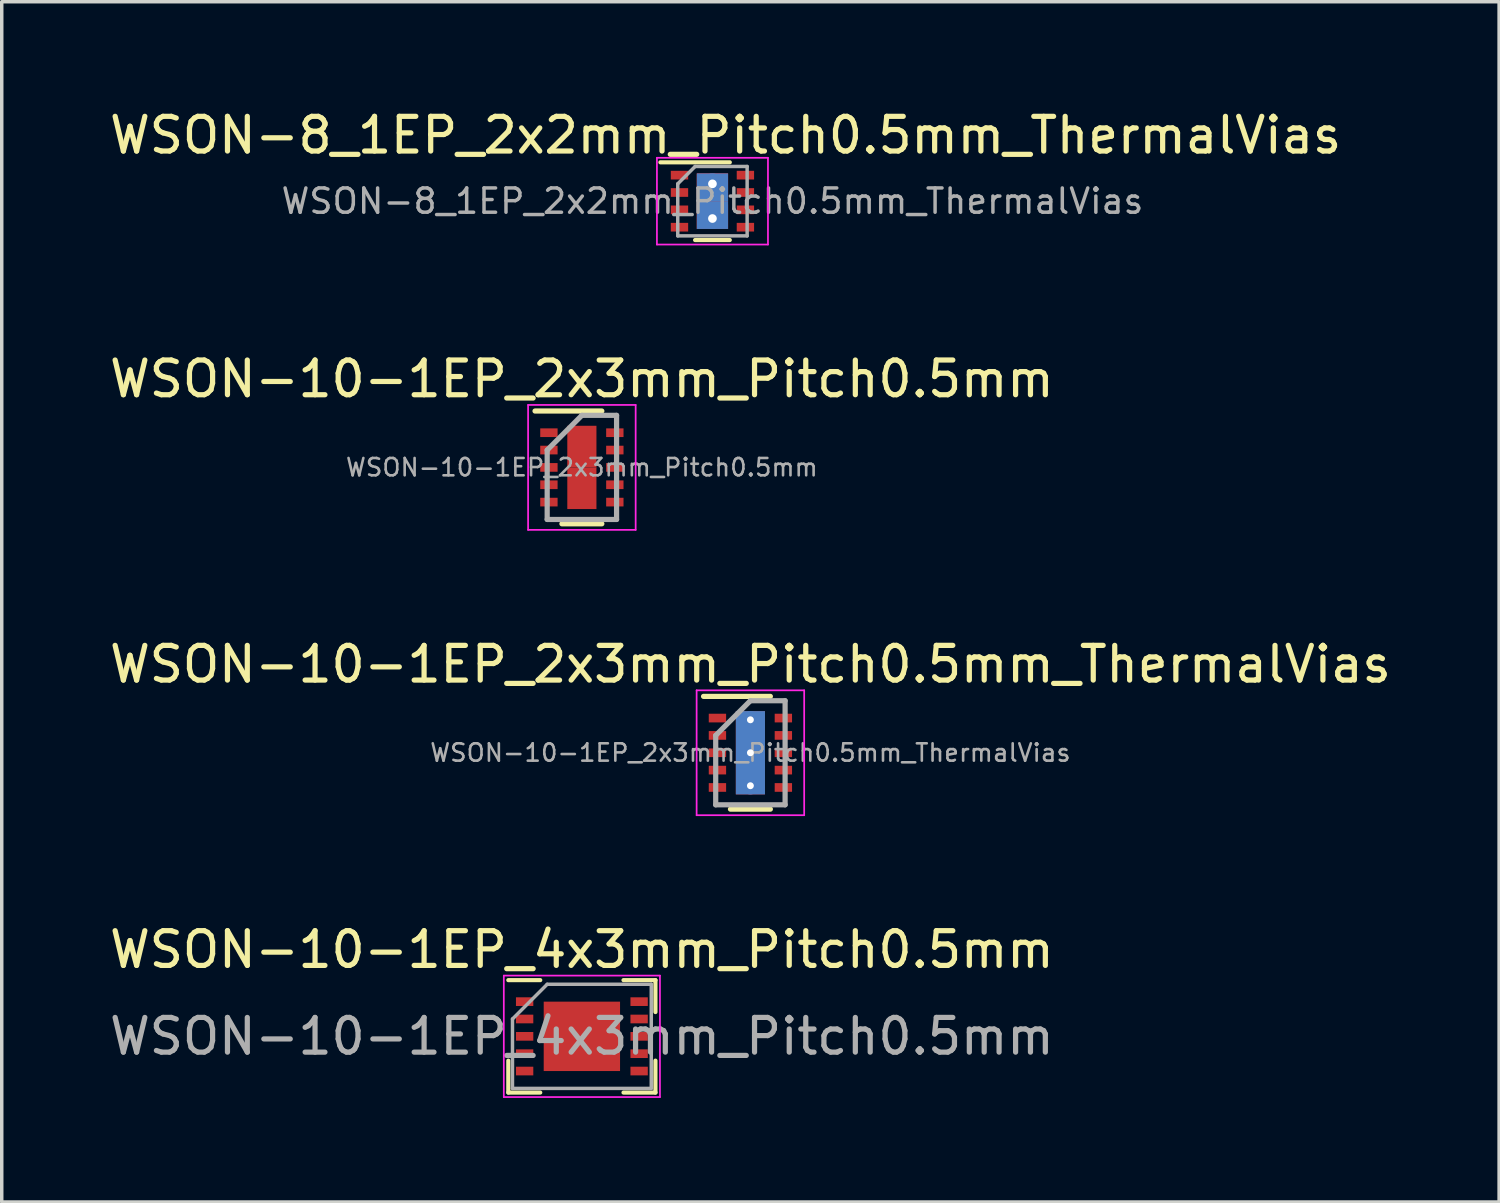
<source format=kicad_pcb>
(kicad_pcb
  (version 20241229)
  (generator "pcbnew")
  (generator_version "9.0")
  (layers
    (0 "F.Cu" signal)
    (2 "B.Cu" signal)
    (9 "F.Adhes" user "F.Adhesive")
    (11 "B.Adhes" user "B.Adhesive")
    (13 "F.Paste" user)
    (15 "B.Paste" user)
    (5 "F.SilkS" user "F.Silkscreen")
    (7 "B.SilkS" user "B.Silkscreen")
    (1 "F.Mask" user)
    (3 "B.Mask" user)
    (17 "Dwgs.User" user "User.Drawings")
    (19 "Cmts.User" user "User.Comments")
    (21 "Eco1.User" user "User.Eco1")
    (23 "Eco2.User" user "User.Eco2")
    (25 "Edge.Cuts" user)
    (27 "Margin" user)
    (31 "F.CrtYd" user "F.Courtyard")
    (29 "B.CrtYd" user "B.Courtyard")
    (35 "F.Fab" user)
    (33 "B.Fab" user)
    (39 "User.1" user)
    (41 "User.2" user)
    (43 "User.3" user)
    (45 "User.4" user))
  (footprint "WSON-8_1EP_2x2mm_Pitch0.5mm_ThermalVias"
    (layer "F.Cu")
    (at 17.483 2.748)
    (property "Reference" "WSON-8_1EP_2x2mm_Pitch0.5mm_ThermalVias" (at 0.38 -1.9 0) (layer "F.SilkS") (effects (font (size 1 1) (thickness 0.15))))
    (attr smd)
    (fp_line (start -1.5 -1.12) (end 0.5 -1.12) (stroke (width 0.12) (type solid)) (layer "F.SilkS"))
    (fp_line (start 0.5 1.12) (end -0.5 1.12) (stroke (width 0.12) (type solid)) (layer "F.SilkS"))
    (fp_line (start -1.6 -1.25) (end -1.6 1.25) (stroke (width 0.05) (type solid)) (layer "F.CrtYd"))
    (fp_line (start -1.6 -1.25) (end 1.6 -1.25) (stroke (width 0.05) (type solid)) (layer "F.CrtYd"))
    (fp_line (start -1.6 1.25) (end 1.6 1.25) (stroke (width 0.05) (type solid)) (layer "F.CrtYd"))
    (fp_line (start 1.6 -1.25) (end 1.6 1.25) (stroke (width 0.05) (type solid)) (layer "F.CrtYd"))
    (fp_line (start -1 1) (end -1 -0.5) (stroke (width 0.1) (type solid)) (layer "F.Fab"))
    (fp_line (start -0.5 -1) (end -1 -0.5) (stroke (width 0.1) (type solid)) (layer "F.Fab"))
    (fp_line (start -0.5 -1) (end 1 -1) (stroke (width 0.1) (type solid)) (layer "F.Fab"))
    (fp_line (start 1 -1) (end 1 1) (stroke (width 0.1) (type solid)) (layer "F.Fab"))
    (fp_line (start 1 1) (end -1 1) (stroke (width 0.1) (type solid)) (layer "F.Fab"))
    (fp_text user "${REFERENCE}" (at 0 0 0) (layer "F.Fab") (effects (font (size 0.7 0.7) (thickness 0.1))))
    (pad "1" smd rect (at -0.95 -0.75) (size 0.5 0.25) (layers "F.Cu" "F.Mask" "F.Paste"))
    (pad "2" smd rect (at -0.95 -0.25) (size 0.5 0.25) (layers "F.Cu" "F.Mask" "F.Paste"))
    (pad "3" smd rect (at -0.95 0.25) (size 0.5 0.25) (layers "F.Cu" "F.Mask" "F.Paste"))
    (pad "4" smd rect (at -0.95 0.75) (size 0.5 0.25) (layers "F.Cu" "F.Mask" "F.Paste"))
    (pad "5" smd rect (at 0.95 0.75) (size 0.5 0.25) (layers "F.Cu" "F.Mask" "F.Paste"))
    (pad "6" smd rect (at 0.95 0.25) (size 0.5 0.25) (layers "F.Cu" "F.Mask" "F.Paste"))
    (pad "7" smd rect (at 0.95 -0.25) (size 0.5 0.25) (layers "F.Cu" "F.Mask" "F.Paste"))
    (pad "8" smd rect (at 0.95 -0.75) (size 0.5 0.25) (layers "F.Cu" "F.Mask" "F.Paste"))
    (pad "9" thru_hole circle (at 0 -0.5) (size 0.6 0.6) (drill 0.25) (layers "*.Cu" "*.Mask"))
    (pad "9" smd rect (at 0 -0.45) (size 0.9 0.7) (layers "F.Cu" "F.Paste"))
    (pad "9" smd rect (at 0 -0.4) (size 0.9 0.8) (layers "B.Cu"))
    (pad "9" smd rect (at 0 0) (size 0.9 1.6) (layers "F.Cu" "F.Mask"))
    (pad "9" smd rect (at 0 0.4) (size 0.9 0.8) (layers "B.Cu"))
    (pad "9" smd rect (at 0 0.45) (size 0.9 0.7) (layers "F.Cu" "F.Paste"))
    (pad "9" thru_hole circle (at 0 0.5) (size 0.6 0.6) (drill 0.25) (layers "*.Cu" "*.Mask")))
  (footprint "WSON-10-1EP_4x3mm_Pitch0.5mm"
    (layer "F.Cu")
    (at 13.72 26.818)
    (property "Reference" "WSON-10-1EP_4x3mm_Pitch0.5mm" (at 0 -2.5 0) (layer "F.SilkS") (effects (font (size 1 1) (thickness 0.15))))
    (attr smd)
    (fp_line (start -2.12 -1.62) (end -1.2 -1.62) (stroke (width 0.12) (type solid)) (layer "F.SilkS"))
    (fp_line (start -2.12 1.62) (end -2.12 0.7) (stroke (width 0.12) (type solid)) (layer "F.SilkS"))
    (fp_line (start -2.12 1.62) (end -1.2 1.62) (stroke (width 0.12) (type solid)) (layer "F.SilkS"))
    (fp_line (start 1.2 -1.62) (end 2.12 -1.62) (stroke (width 0.12) (type solid)) (layer "F.SilkS"))
    (fp_line (start 1.2 1.62) (end 2.12 1.62) (stroke (width 0.12) (type solid)) (layer "F.SilkS"))
    (fp_line (start 2.12 -0.7) (end 2.12 -1.62) (stroke (width 0.12) (type solid)) (layer "F.SilkS"))
    (fp_line (start 2.12 0.7) (end 2.12 1.62) (stroke (width 0.12) (type solid)) (layer "F.SilkS"))
    (fp_line (start -2.25 -1.75) (end -2.25 1.75) (stroke (width 0.05) (type solid)) (layer "F.CrtYd"))
    (fp_line (start -2.25 -1.75) (end 2.25 -1.75) (stroke (width 0.05) (type solid)) (layer "F.CrtYd"))
    (fp_line (start -2.25 1.75) (end 2.25 1.75) (stroke (width 0.05) (type solid)) (layer "F.CrtYd"))
    (fp_line (start 2.25 -1.75) (end 2.25 1.75) (stroke (width 0.05) (type solid)) (layer "F.CrtYd"))
    (fp_line (start -2 1.5) (end -2 -0.5) (stroke (width 0.1) (type solid)) (layer "F.Fab"))
    (fp_line (start -1 -1.5) (end -2 -0.5) (stroke (width 0.1) (type solid)) (layer "F.Fab"))
    (fp_line (start -1 -1.5) (end 2 -1.5) (stroke (width 0.1) (type solid)) (layer "F.Fab"))
    (fp_line (start 2 -1.5) (end 2 1.5) (stroke (width 0.1) (type solid)) (layer "F.Fab"))
    (fp_line (start 2 1.5) (end -2 1.5) (stroke (width 0.1) (type solid)) (layer "F.Fab"))
    (fp_text user "${REFERENCE}" (at 0 0 0) (layer "F.Fab") (effects (font (size 1 1) (thickness 0.15))))
    (pad "" smd rect (at -0.55 -0.5) (size 0.88 0.8) (layers "F.Paste"))
    (pad "" smd rect (at -0.55 0.5) (size 0.88 0.8) (layers "F.Paste"))
    (pad "" smd rect (at 0.55 -0.5) (size 0.88 0.8) (layers "F.Paste"))
    (pad "" smd rect (at 0.55 0.5) (size 0.88 0.8) (layers "F.Paste"))
    (pad "1" smd rect (at -1.65 -1) (size 0.5 0.25) (layers "F.Cu" "F.Mask" "F.Paste"))
    (pad "2" smd rect (at -1.65 -0.5) (size 0.5 0.25) (layers "F.Cu" "F.Mask" "F.Paste"))
    (pad "3" smd rect (at -1.65 0) (size 0.5 0.25) (layers "F.Cu" "F.Mask" "F.Paste"))
    (pad "4" smd rect (at -1.65 0.5) (size 0.5 0.25) (layers "F.Cu" "F.Mask" "F.Paste"))
    (pad "5" smd rect (at -1.65 1) (size 0.5 0.25) (layers "F.Cu" "F.Mask" "F.Paste"))
    (pad "6" smd rect (at 1.65 1) (size 0.5 0.25) (layers "F.Cu" "F.Mask" "F.Paste"))
    (pad "7" smd rect (at 1.65 0.5) (size 0.5 0.25) (layers "F.Cu" "F.Mask" "F.Paste"))
    (pad "8" smd rect (at 1.65 0) (size 0.5 0.25) (layers "F.Cu" "F.Mask" "F.Paste"))
    (pad "9" smd rect (at 1.65 -0.5) (size 0.5 0.25) (layers "F.Cu" "F.Mask" "F.Paste"))
    (pad "10" smd rect (at 1.65 -1) (size 0.5 0.25) (layers "F.Cu" "F.Mask" "F.Paste"))
    (pad "11" smd rect (at 0 0) (size 2.2 2) (layers "F.Cu" "F.Mask")))
  (footprint "WSON-10-1EP_2x3mm_Pitch0.5mm"
    (layer "F.Cu")
    (at 13.72 10.421)
    (property "Reference" "WSON-10-1EP_2x3mm_Pitch0.5mm" (at 0 -2.55 0) (layer "F.SilkS") (effects (font (size 1 1) (thickness 0.15))))
    (attr smd)
    (fp_line (start -1.35 -1.625) (end 0.575 -1.625) (stroke (width 0.15) (type solid)) (layer "F.SilkS"))
    (fp_line (start -0.575 1.625) (end 0.575 1.625) (stroke (width 0.15) (type solid)) (layer "F.SilkS"))
    (fp_line (start -1.55 -1.8) (end -1.55 1.8) (stroke (width 0.05) (type solid)) (layer "F.CrtYd"))
    (fp_line (start -1.55 -1.8) (end 1.55 -1.8) (stroke (width 0.05) (type solid)) (layer "F.CrtYd"))
    (fp_line (start -1.55 1.8) (end 1.55 1.8) (stroke (width 0.05) (type solid)) (layer "F.CrtYd"))
    (fp_line (start 1.55 -1.8) (end 1.55 1.8) (stroke (width 0.05) (type solid)) (layer "F.CrtYd"))
    (fp_line (start -1 -0.5) (end 0 -1.5) (stroke (width 0.15) (type solid)) (layer "F.Fab"))
    (fp_line (start -1 1.5) (end -1 -0.5) (stroke (width 0.15) (type solid)) (layer "F.Fab"))
    (fp_line (start 0 -1.5) (end 1 -1.5) (stroke (width 0.15) (type solid)) (layer "F.Fab"))
    (fp_line (start 1 -1.5) (end 1 1.5) (stroke (width 0.15) (type solid)) (layer "F.Fab"))
    (fp_line (start 1 1.5) (end -1 1.5) (stroke (width 0.15) (type solid)) (layer "F.Fab"))
    (fp_text user "${REFERENCE}" (at 0 0 0) (layer "F.Fab") (effects (font (size 0.5 0.5) (thickness 0.075))))
    (pad "1" smd rect (at -0.95 -1) (size 0.5 0.25) (layers "F.Cu" "F.Mask" "F.Paste"))
    (pad "2" smd rect (at -0.95 -0.5) (size 0.5 0.25) (layers "F.Cu" "F.Mask" "F.Paste"))
    (pad "3" smd rect (at -0.95 0) (size 0.5 0.25) (layers "F.Cu" "F.Mask" "F.Paste"))
    (pad "4" smd rect (at -0.95 0.5) (size 0.5 0.25) (layers "F.Cu" "F.Mask" "F.Paste"))
    (pad "5" smd rect (at -0.95 1) (size 0.5 0.25) (layers "F.Cu" "F.Mask" "F.Paste"))
    (pad "6" smd rect (at 0.95 1) (size 0.5 0.25) (layers "F.Cu" "F.Mask" "F.Paste"))
    (pad "7" smd rect (at 0.95 0.5) (size 0.5 0.25) (layers "F.Cu" "F.Mask" "F.Paste"))
    (pad "8" smd rect (at 0.95 0) (size 0.5 0.25) (layers "F.Cu" "F.Mask" "F.Paste"))
    (pad "9" smd rect (at 0.95 -0.5) (size 0.5 0.25) (layers "F.Cu" "F.Mask" "F.Paste"))
    (pad "10" smd rect (at 0.95 -1) (size 0.5 0.25) (layers "F.Cu" "F.Mask" "F.Paste"))
    (pad "11" smd rect (at 0 -0.6) (size 0.84 1.2) (layers "F.Cu" "F.Mask" "F.Paste"))
    (pad "11" smd rect (at 0 0.6) (size 0.84 1.2) (layers "F.Cu" "F.Mask" "F.Paste")))
  (footprint "WSON-10-1EP_2x3mm_Pitch0.5mm_ThermalVias"
    (layer "F.Cu")
    (at 18.577 18.645)
    (property "Reference" "WSON-10-1EP_2x3mm_Pitch0.5mm_ThermalVias" (at 0 -2.55 0) (layer "F.SilkS") (effects (font (size 1 1) (thickness 0.15))))
    (attr smd)
    (fp_line (start -1.35 -1.625) (end 0.575 -1.625) (stroke (width 0.15) (type solid)) (layer "F.SilkS"))
    (fp_line (start -0.575 1.625) (end 0.575 1.625) (stroke (width 0.15) (type solid)) (layer "F.SilkS"))
    (fp_line (start -1.55 -1.8) (end -1.55 1.8) (stroke (width 0.05) (type solid)) (layer "F.CrtYd"))
    (fp_line (start -1.55 -1.8) (end 1.55 -1.8) (stroke (width 0.05) (type solid)) (layer "F.CrtYd"))
    (fp_line (start -1.55 1.8) (end 1.55 1.8) (stroke (width 0.05) (type solid)) (layer "F.CrtYd"))
    (fp_line (start 1.55 -1.8) (end 1.55 1.8) (stroke (width 0.05) (type solid)) (layer "F.CrtYd"))
    (fp_line (start -1 -0.5) (end 0 -1.5) (stroke (width 0.15) (type solid)) (layer "F.Fab"))
    (fp_line (start -1 1.5) (end -1 -0.5) (stroke (width 0.15) (type solid)) (layer "F.Fab"))
    (fp_line (start 0 -1.5) (end 1 -1.5) (stroke (width 0.15) (type solid)) (layer "F.Fab"))
    (fp_line (start 1 -1.5) (end 1 1.5) (stroke (width 0.15) (type solid)) (layer "F.Fab"))
    (fp_line (start 1 1.5) (end -1 1.5) (stroke (width 0.15) (type solid)) (layer "F.Fab"))
    (fp_text user "${REFERENCE}" (at 0 0 0) (layer "F.Fab") (effects (font (size 0.5 0.5) (thickness 0.075))))
    (pad "1" smd rect (at -0.95 -1) (size 0.5 0.25) (layers "F.Cu" "F.Mask" "F.Paste"))
    (pad "2" smd rect (at -0.95 -0.5) (size 0.5 0.25) (layers "F.Cu" "F.Mask" "F.Paste"))
    (pad "3" smd rect (at -0.95 0) (size 0.5 0.25) (layers "F.Cu" "F.Mask" "F.Paste"))
    (pad "4" smd rect (at -0.95 0.5) (size 0.5 0.25) (layers "F.Cu" "F.Mask" "F.Paste"))
    (pad "5" smd rect (at -0.95 1) (size 0.5 0.25) (layers "F.Cu" "F.Mask" "F.Paste"))
    (pad "6" smd rect (at 0.95 1) (size 0.5 0.25) (layers "F.Cu" "F.Mask" "F.Paste"))
    (pad "7" smd rect (at 0.95 0.5) (size 0.5 0.25) (layers "F.Cu" "F.Mask" "F.Paste"))
    (pad "8" smd rect (at 0.95 0) (size 0.5 0.25) (layers "F.Cu" "F.Mask" "F.Paste"))
    (pad "9" smd rect (at 0.95 -0.5) (size 0.5 0.25) (layers "F.Cu" "F.Mask" "F.Paste"))
    (pad "10" smd rect (at 0.95 -1) (size 0.5 0.25) (layers "F.Cu" "F.Mask" "F.Paste"))
    (pad "11" thru_hole circle (at 0 -0.95) (size 0.5 0.5) (drill 0.2) (layers "*.Cu"))
    (pad "11" smd rect (at 0 -0.6) (size 0.84 1.2) (layers "F.Cu" "F.Mask" "F.Paste"))
    (pad "11" thru_hole circle (at 0 0) (size 0.5 0.5) (drill 0.2) (layers "*.Cu"))
    (pad "11" smd rect (at 0 0) (size 0.84 2.4) (layers "B.Cu"))
    (pad "11" smd rect (at 0 0.6) (size 0.84 1.2) (layers "F.Cu" "F.Mask" "F.Paste"))
    (pad "11" thru_hole circle (at 0 0.95) (size 0.5 0.5) (drill 0.2) (layers "*.Cu")))
  (gr_rect
    (start -3 -3)
    (end 40.155 31.593)
    (stroke (width 0.1) (type default))
    (fill no)
    (layer "Edge.Cuts")))
</source>
